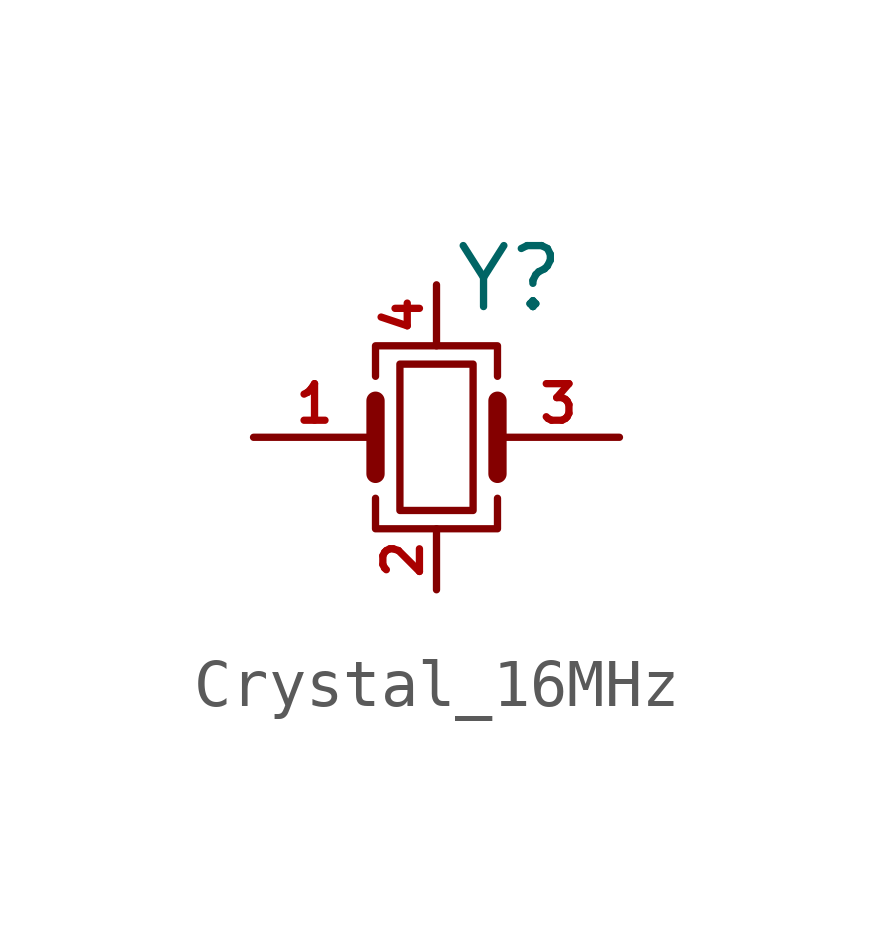
<source format=kicad_sym>
(kicad_symbol_lib
  (version 20231120)
  (generator "kicad_symbol_editor")
  (generator_version "8.0")
  (symbol "Crystal_16MHz"
    (property "Reference" "Y"
      (at 1.524 3.302 0)
      (effects (font (size 1.27 1.27))))
    (property "Value" ""
      (at 1.524 3.302 0)
      (effects (font (size 1.27 1.27))))
    (symbol "Crystal_16MHz_0_1"
      (rectangle (start -0.762 -1.524) (end 0.762 1.524) (stroke (width 0) (type default)) (fill (type none)))
      (polyline (pts (xy -1.27 -0.762) (xy -1.27 0.762)) (stroke (width 0.381) (type default)) (fill (type none)))
      (polyline (pts (xy 1.27 -0.762) (xy 1.27 0.762)) (stroke (width 0.381) (type default)) (fill (type none)))
      (polyline (pts (xy -1.27 -1.27) (xy -1.27 -1.905) (xy 1.27 -1.905) (xy 1.27 -1.27)) (stroke (width 0) (type default)) (fill (type none)))
      (polyline (pts (xy -1.27 1.27) (xy -1.27 1.905) (xy 1.27 1.905) (xy 1.27 1.27)) (stroke (width 0) (type default)) (fill (type none))))
    (symbol "Crystal_16MHz_1_1"
      (pin passive line (at -3.81 0 0) (length 2.54) (name "" (effects (font (size 1.27 1.27)))) (number "1" (effects (font (size 0.762 0.762)))))
      (pin passive line (at 0 -3.175 90) (length 1.27) (name "" (effects (font (size 1.27 1.27)))) (number "2" (effects (font (size 0.762 0.762)))))
      (pin passive line (at 3.81 0 180) (length 2.54) (name "" (effects (font (size 1.27 1.27)))) (number "3" (effects (font (size 0.762 0.762)))))
      (pin passive line (at 0 3.175 270) (length 1.27) (name "" (effects (font (size 1.27 1.27)))) (number "4" (effects (font (size 0.762 0.762))))))))
</source>
